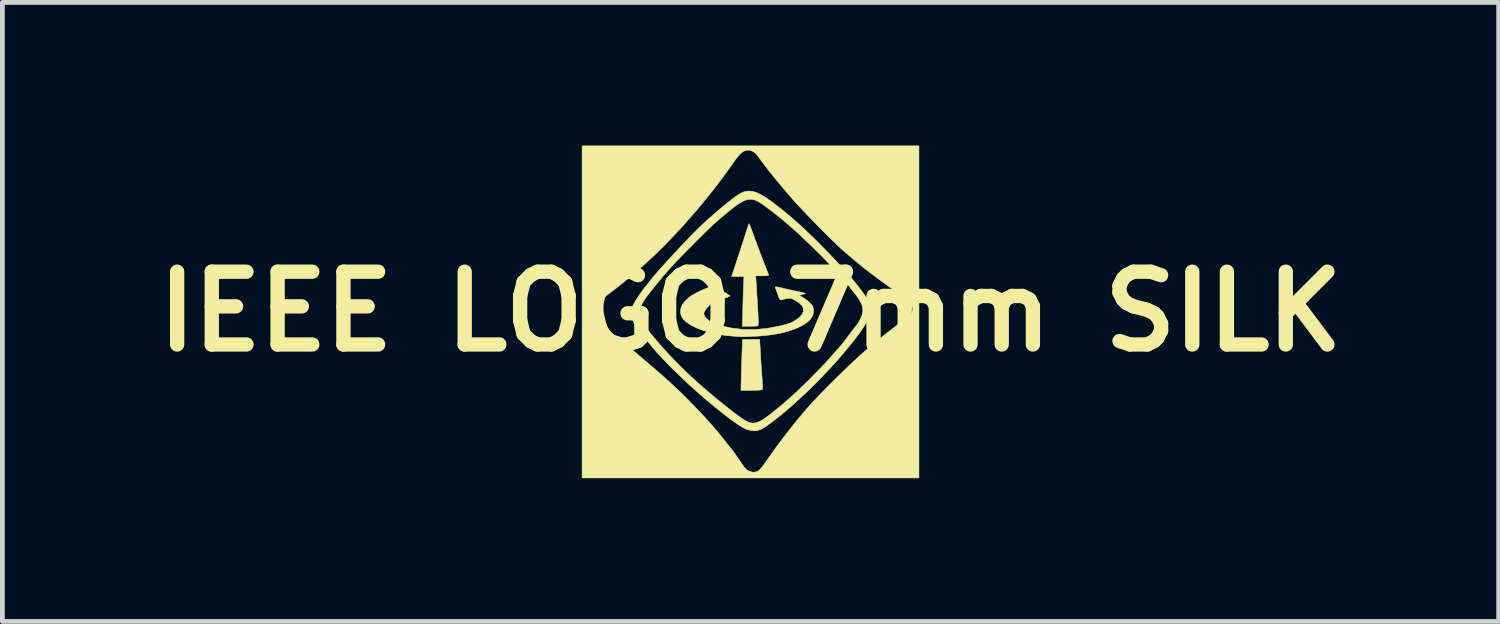
<source format=kicad_pcb>
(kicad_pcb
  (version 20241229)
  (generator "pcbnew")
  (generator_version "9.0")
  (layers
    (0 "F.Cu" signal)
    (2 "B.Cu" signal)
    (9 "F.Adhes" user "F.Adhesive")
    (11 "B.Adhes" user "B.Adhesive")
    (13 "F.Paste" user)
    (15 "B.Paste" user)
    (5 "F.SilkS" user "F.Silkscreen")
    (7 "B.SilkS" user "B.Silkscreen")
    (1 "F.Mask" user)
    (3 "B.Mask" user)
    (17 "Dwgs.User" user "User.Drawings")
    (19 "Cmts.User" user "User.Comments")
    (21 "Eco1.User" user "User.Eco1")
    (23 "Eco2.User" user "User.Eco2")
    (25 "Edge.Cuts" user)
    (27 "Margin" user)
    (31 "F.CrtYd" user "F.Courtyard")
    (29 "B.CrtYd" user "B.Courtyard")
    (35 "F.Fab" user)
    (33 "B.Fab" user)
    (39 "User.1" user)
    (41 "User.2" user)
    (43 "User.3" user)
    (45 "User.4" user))
  (footprint "IEEE LOGO 7mm SILK"
    (layer "F.Cu")
    (at 12.671 3.476)
    (property "Reference" "IEEE LOGO 7mm SILK" (at 0 0 0) (layer "F.SilkS") (effects (font (size 1.524 1.524) (thickness 0.3))))
    (attr through_hole)
    (fp_poly (pts (xy 0.209 0.888) (xy 0.215 0.996) (xy 0.222 1.111) (xy 0.23 1.225) (xy 0.237 1.328) (xy 0.243 1.409) (xy 0.249 1.493) (xy 0.252 1.553) (xy 0.253 1.593) (xy 0.25 1.618) (xy 0.245 1.632) (xy 0.239 1.638) (xy 0.218 1.642) (xy 0.175 1.646) (xy 0.114 1.649) (xy 0.042 1.651) (xy 0.009 1.651) (xy -0.201 1.651) (xy -0.192 1.295) (xy -0.189 1.185) (xy -0.186 1.073) (xy -0.182 0.966) (xy -0.179 0.87) (xy -0.176 0.792) (xy -0.175 0.762) (xy -0.167 0.586) (xy 0.013 0.584) (xy 0.192 0.583) (xy 0.209 0.888)) (stroke (width 0.01) (type solid)) (fill yes) (layer "F.SilkS"))
    (fp_poly (pts (xy -0.02 -1.822) (xy -0.004 -1.784) (xy 0.017 -1.728) (xy 0.043 -1.659) (xy 0.063 -1.602) (xy 0.124 -1.435) (xy 0.186 -1.266) (xy 0.248 -1.105) (xy 0.305 -0.958) (xy 0.332 -0.889) (xy 0.354 -0.835) (xy 0.37 -0.791) (xy 0.38 -0.764) (xy 0.381 -0.758) (xy 0.368 -0.754) (xy 0.333 -0.75) (xy 0.281 -0.748) (xy 0.245 -0.748) (xy 0.109 -0.748) (xy 0.118 -0.603) (xy 0.129 -0.422) (xy 0.138 -0.268) (xy 0.146 -0.137) (xy 0.153 -0.028) (xy 0.157 0.06) (xy 0.161 0.131) (xy 0.163 0.186) (xy 0.164 0.227) (xy 0.163 0.257) (xy 0.162 0.277) (xy 0.159 0.289) (xy 0.156 0.296) (xy 0.153 0.298) (xy 0.132 0.303) (xy 0.089 0.307) (xy 0.031 0.31) (xy -0.019 0.31) (xy -0.172 0.31) (xy -0.163 -0.018) (xy -0.16 -0.126) (xy -0.157 -0.239) (xy -0.154 -0.348) (xy -0.15 -0.446) (xy -0.147 -0.525) (xy -0.147 -0.54) (xy -0.138 -0.734) (xy -0.267 -0.734) (xy -0.323 -0.734) (xy -0.367 -0.735) (xy -0.392 -0.736) (xy -0.395 -0.737) (xy -0.391 -0.751) (xy -0.379 -0.788) (xy -0.36 -0.844) (xy -0.336 -0.917) (xy -0.308 -1.001) (xy -0.283 -1.078) (xy -0.247 -1.186) (xy -0.209 -1.3) (xy -0.173 -1.413) (xy -0.14 -1.516) (xy -0.113 -1.604) (xy -0.104 -1.632) (xy -0.081 -1.704) (xy -0.061 -1.765) (xy -0.044 -1.81) (xy -0.032 -1.835) (xy -0.028 -1.839) (xy -0.02 -1.822)) (stroke (width 0.01) (type solid)) (fill yes) (layer "F.SilkS"))
    (fp_poly (pts (xy -0.751 -0.519) (xy -0.719 -0.505) (xy -0.675 -0.48) (xy -0.612 -0.443) (xy -0.597 -0.434) (xy -0.536 -0.398) (xy -0.484 -0.367) (xy -0.446 -0.344) (xy -0.427 -0.332) (xy -0.425 -0.331) (xy -0.433 -0.323) (xy -0.458 -0.311) (xy -0.492 -0.297) (xy -0.525 -0.287) (xy -0.548 -0.282) (xy -0.549 -0.282) (xy -0.571 -0.277) (xy -0.613 -0.263) (xy -0.665 -0.243) (xy -0.691 -0.233) (xy -0.783 -0.189) (xy -0.854 -0.139) (xy -0.912 -0.078) (xy -0.946 -0.031) (xy -0.969 0.009) (xy -0.978 0.037) (xy -0.973 0.065) (xy -0.971 0.072) (xy -0.935 0.135) (xy -0.872 0.191) (xy -0.784 0.241) (xy -0.672 0.283) (xy -0.635 0.294) (xy -0.39 0.347) (xy -0.144 0.375) (xy 0.105 0.376) (xy 0.359 0.351) (xy 0.621 0.3) (xy 0.668 0.288) (xy 0.746 0.267) (xy 0.804 0.25) (xy 0.849 0.233) (xy 0.889 0.214) (xy 0.931 0.189) (xy 0.938 0.185) (xy 1.022 0.123) (xy 1.078 0.061) (xy 1.106 -0.001) (xy 1.106 -0.062) (xy 1.078 -0.121) (xy 1.022 -0.179) (xy 0.938 -0.233) (xy 0.91 -0.248) (xy 0.876 -0.264) (xy 0.85 -0.274) (xy 0.825 -0.279) (xy 0.794 -0.278) (xy 0.752 -0.27) (xy 0.693 -0.257) (xy 0.642 -0.245) (xy 0.625 -0.245) (xy 0.611 -0.258) (xy 0.597 -0.289) (xy 0.583 -0.327) (xy 0.564 -0.383) (xy 0.544 -0.437) (xy 0.531 -0.469) (xy 0.519 -0.496) (xy 0.517 -0.512) (xy 0.526 -0.519) (xy 0.552 -0.517) (xy 0.599 -0.507) (xy 0.654 -0.494) (xy 0.713 -0.48) (xy 0.79 -0.463) (xy 0.875 -0.444) (xy 0.959 -0.427) (xy 0.963 -0.426) (xy 1.032 -0.411) (xy 1.089 -0.397) (xy 1.129 -0.386) (xy 1.147 -0.378) (xy 1.148 -0.376) (xy 1.126 -0.367) (xy 1.12 -0.367) (xy 1.095 -0.362) (xy 1.063 -0.352) (xy 1.024 -0.337) (xy 1.098 -0.294) (xy 1.15 -0.259) (xy 1.206 -0.215) (xy 1.241 -0.184) (xy 1.282 -0.141) (xy 1.305 -0.105) (xy 1.317 -0.065) (xy 1.32 -0.053) (xy 1.32 0.026) (xy 1.296 0.099) (xy 1.246 0.17) (xy 1.238 0.179) (xy 1.162 0.244) (xy 1.061 0.305) (xy 0.939 0.36) (xy 0.798 0.409) (xy 0.642 0.45) (xy 0.473 0.482) (xy 0.296 0.504) (xy 0.127 0.516) (xy 0.053 0.519) (xy -0.013 0.522) (xy -0.064 0.525) (xy -0.096 0.527) (xy -0.099 0.527) (xy -0.126 0.528) (xy -0.175 0.527) (xy -0.238 0.524) (xy -0.303 0.521) (xy -0.505 0.503) (xy -0.698 0.472) (xy -0.877 0.431) (xy -1.038 0.381) (xy -1.155 0.331) (xy -1.265 0.274) (xy -1.349 0.218) (xy -1.408 0.161) (xy -1.446 0.102) (xy -1.465 0.038) (xy -1.468 -0.000282) (xy -1.458 -0.075) (xy -1.427 -0.147) (xy -1.373 -0.217) (xy -1.294 -0.291) (xy -1.294 -0.291) (xy -1.231 -0.336) (xy -1.15 -0.383) (xy -1.059 -0.429) (xy -0.966 -0.471) (xy -0.88 -0.503) (xy -0.822 -0.52) (xy -0.798 -0.524) (xy -0.776 -0.525) (xy -0.751 -0.519)) (stroke (width 0.01) (type solid)) (fill yes) (layer "F.SilkS"))
    (fp_poly (pts (xy 3.528 3.485) (xy -3.528 3.485) (xy -3.528 0.01) (xy -3.36 0.01) (xy -3.36 0.06) (xy -3.352 0.103) (xy -3.333 0.144) (xy -3.302 0.185) (xy -3.254 0.231) (xy -3.189 0.284) (xy -3.102 0.347) (xy -3.076 0.365) (xy -2.983 0.431) (xy -2.887 0.5) (xy -2.79 0.57) (xy -2.695 0.64) (xy -2.606 0.706) (xy -2.526 0.766) (xy -2.458 0.819) (xy -2.405 0.861) (xy -2.369 0.891) (xy -2.357 0.903) (xy -2.343 0.915) (xy -2.314 0.94) (xy -2.274 0.974) (xy -2.265 0.981) (xy -2.22 1.019) (xy -2.166 1.064) (xy -2.102 1.119) (xy -2.024 1.187) (xy -1.93 1.268) (xy -1.855 1.333) (xy -1.659 1.51) (xy -1.459 1.698) (xy -1.261 1.895) (xy -1.069 2.095) (xy -0.885 2.294) (xy -0.716 2.488) (xy -0.564 2.673) (xy -0.508 2.745) (xy -0.473 2.79) (xy -0.445 2.826) (xy -0.427 2.847) (xy -0.424 2.85) (xy -0.407 2.87) (xy -0.378 2.908) (xy -0.339 2.96) (xy -0.296 3.022) (xy -0.25 3.088) (xy -0.206 3.152) (xy -0.159 3.221) (xy -0.122 3.27) (xy -0.09 3.304) (xy -0.058 3.328) (xy -0.022 3.346) (xy -0.001 3.354) (xy 0.046 3.365) (xy 0.092 3.362) (xy 0.146 3.345) (xy 0.174 3.328) (xy 0.21 3.293) (xy 0.254 3.239) (xy 0.31 3.164) (xy 0.361 3.09) (xy 0.454 2.958) (xy 0.56 2.811) (xy 0.676 2.657) (xy 0.796 2.501) (xy 0.917 2.348) (xy 1.034 2.205) (xy 1.142 2.077) (xy 1.192 2.019) (xy 1.302 1.898) (xy 1.43 1.762) (xy 1.571 1.617) (xy 1.721 1.467) (xy 1.875 1.315) (xy 2.029 1.166) (xy 2.18 1.024) (xy 2.322 0.893) (xy 2.448 0.782) (xy 2.514 0.726) (xy 2.595 0.659) (xy 2.684 0.586) (xy 2.779 0.51) (xy 2.875 0.435) (xy 2.968 0.363) (xy 3.052 0.298) (xy 3.124 0.244) (xy 3.178 0.205) (xy 3.182 0.202) (xy 3.253 0.153) (xy 3.304 0.115) (xy 3.339 0.085) (xy 3.362 0.058) (xy 3.377 0.032) (xy 3.387 0.006) (xy 3.398 -0.069) (xy 3.382 -0.142) (xy 3.339 -0.212) (xy 3.27 -0.276) (xy 3.227 -0.305) (xy 3.129 -0.367) (xy 3.015 -0.444) (xy 2.889 -0.531) (xy 2.757 -0.626) (xy 2.624 -0.724) (xy 2.494 -0.822) (xy 2.372 -0.916) (xy 2.265 -1.003) (xy 2.221 -1.039) (xy 2.157 -1.093) (xy 2.084 -1.155) (xy 2.014 -1.215) (xy 1.988 -1.236) (xy 1.922 -1.294) (xy 1.84 -1.37) (xy 1.746 -1.461) (xy 1.641 -1.564) (xy 1.529 -1.675) (xy 1.413 -1.792) (xy 1.296 -1.912) (xy 1.181 -2.032) (xy 1.07 -2.149) (xy 0.968 -2.259) (xy 0.924 -2.308) (xy 0.822 -2.422) (xy 0.714 -2.548) (xy 0.603 -2.681) (xy 0.493 -2.814) (xy 0.389 -2.944) (xy 0.296 -3.064) (xy 0.216 -3.17) (xy 0.2 -3.192) (xy 0.151 -3.258) (xy 0.113 -3.304) (xy 0.08 -3.335) (xy 0.046 -3.356) (xy 0.008 -3.37) (xy -0.006 -3.374) (xy -0.051 -3.382) (xy -0.093 -3.375) (xy -0.122 -3.366) (xy -0.156 -3.349) (xy -0.191 -3.324) (xy -0.228 -3.288) (xy -0.272 -3.238) (xy -0.323 -3.17) (xy -0.386 -3.082) (xy -0.401 -3.06) (xy -0.577 -2.816) (xy -0.767 -2.567) (xy -0.968 -2.316) (xy -1.177 -2.067) (xy -1.39 -1.824) (xy -1.605 -1.591) (xy -1.817 -1.372) (xy -2.023 -1.17) (xy -2.22 -0.99) (xy -2.223 -0.987) (xy -2.347 -0.878) (xy -2.456 -0.784) (xy -2.555 -0.7) (xy -2.648 -0.623) (xy -2.74 -0.549) (xy -2.838 -0.472) (xy -2.946 -0.389) (xy -3.001 -0.347) (xy -3.103 -0.268) (xy -3.185 -0.204) (xy -3.247 -0.151) (xy -3.294 -0.108) (xy -3.326 -0.072) (xy -3.346 -0.041) (xy -3.357 -0.013) (xy -3.36 0.01) (xy -3.528 0.01) (xy -3.528 -3.471) (xy 3.528 -3.471) (xy 3.528 3.485)) (stroke (width 0.01) (type solid)) (fill yes) (layer "F.SilkS"))
    (fp_poly (pts (xy 0.041 -2.518) (xy 0.116 -2.496) (xy 0.199 -2.459) (xy 0.292 -2.405) (xy 0.397 -2.335) (xy 0.516 -2.247) (xy 0.651 -2.141) (xy 0.777 -2.039) (xy 0.912 -1.923) (xy 1.062 -1.789) (xy 1.222 -1.638) (xy 1.39 -1.474) (xy 1.562 -1.3) (xy 1.736 -1.119) (xy 1.909 -0.934) (xy 2.026 -0.805) (xy 2.098 -0.723) (xy 2.173 -0.632) (xy 2.248 -0.537) (xy 2.319 -0.444) (xy 2.383 -0.355) (xy 2.436 -0.277) (xy 2.475 -0.213) (xy 2.485 -0.196) (xy 2.514 -0.109) (xy 2.517 -0.014) (xy 2.493 0.089) (xy 2.465 0.155) (xy 2.422 0.236) (xy 2.369 0.323) (xy 2.304 0.42) (xy 2.224 0.528) (xy 2.129 0.65) (xy 2.016 0.789) (xy 1.962 0.854) (xy 1.825 1.013) (xy 1.671 1.183) (xy 1.509 1.355) (xy 1.343 1.524) (xy 1.181 1.683) (xy 1.03 1.823) (xy 0.975 1.873) (xy 0.922 1.921) (xy 0.877 1.962) (xy 0.854 1.983) (xy 0.77 2.056) (xy 0.68 2.132) (xy 0.588 2.207) (xy 0.497 2.278) (xy 0.411 2.343) (xy 0.336 2.397) (xy 0.273 2.438) (xy 0.23 2.463) (xy 0.134 2.494) (xy 0.034 2.497) (xy -0.069 2.473) (xy -0.11 2.456) (xy -0.178 2.42) (xy -0.259 2.369) (xy -0.353 2.304) (xy -0.462 2.224) (xy -0.588 2.126) (xy -0.731 2.011) (xy -0.893 1.877) (xy -0.919 1.855) (xy -1.056 1.737) (xy -1.197 1.612) (xy -1.34 1.481) (xy -1.48 1.348) (xy -1.616 1.216) (xy -1.744 1.088) (xy -1.86 0.967) (xy -1.961 0.857) (xy -2.045 0.76) (xy -2.066 0.733) (xy -2.093 0.7) (xy -2.132 0.652) (xy -2.177 0.596) (xy -2.216 0.548) (xy -2.31 0.429) (xy -2.385 0.326) (xy -2.442 0.237) (xy -2.48 0.157) (xy -2.5 0.083) (xy -2.502 0.014) (xy -2.328 0.014) (xy -2.328 0.017) (xy -2.324 0.066) (xy -2.314 0.115) (xy -2.295 0.165) (xy -2.265 0.222) (xy -2.222 0.287) (xy -2.166 0.365) (xy -2.093 0.459) (xy -2.047 0.515) (xy -1.823 0.778) (xy -1.573 1.044) (xy -1.299 1.313) (xy -1.003 1.582) (xy -0.686 1.849) (xy -0.374 2.097) (xy -0.27 2.175) (xy -0.183 2.237) (xy -0.111 2.283) (xy -0.051 2.314) (xy 0.003 2.332) (xy 0.052 2.337) (xy 0.101 2.332) (xy 0.152 2.316) (xy 0.197 2.298) (xy 0.243 2.273) (xy 0.306 2.231) (xy 0.385 2.174) (xy 0.475 2.103) (xy 0.575 2.023) (xy 0.681 1.934) (xy 0.791 1.839) (xy 0.902 1.74) (xy 0.91 1.732) (xy 0.98 1.667) (xy 1.062 1.589) (xy 1.152 1.501) (xy 1.246 1.408) (xy 1.339 1.314) (xy 1.429 1.223) (xy 1.509 1.139) (xy 1.577 1.067) (xy 1.623 1.017) (xy 1.676 0.957) (xy 1.734 0.891) (xy 1.788 0.831) (xy 1.799 0.818) (xy 1.856 0.753) (xy 1.915 0.683) (xy 1.978 0.604) (xy 2.049 0.511) (xy 2.131 0.402) (xy 2.172 0.348) (xy 2.207 0.302) (xy 2.233 0.269) (xy 2.245 0.254) (xy 2.245 0.254) (xy 2.256 0.239) (xy 2.274 0.205) (xy 2.298 0.161) (xy 2.299 0.159) (xy 2.335 0.074) (xy 2.352 -0.003) (xy 2.35 -0.078) (xy 2.327 -0.155) (xy 2.284 -0.238) (xy 2.218 -0.334) (xy 2.214 -0.339) (xy 2.059 -0.536) (xy 1.886 -0.741) (xy 1.692 -0.953) (xy 1.478 -1.175) (xy 1.242 -1.407) (xy 0.983 -1.652) (xy 0.952 -1.68) (xy 0.795 -1.819) (xy 0.626 -1.961) (xy 0.453 -2.098) (xy 0.287 -2.222) (xy 0.253 -2.246) (xy 0.161 -2.304) (xy 0.078 -2.34) (xy -0.001 -2.352) (xy -0.081 -2.341) (xy -0.166 -2.308) (xy -0.261 -2.251) (xy -0.287 -2.233) (xy -0.334 -2.198) (xy -0.396 -2.149) (xy -0.469 -2.09) (xy -0.548 -2.025) (xy -0.626 -1.959) (xy -0.699 -1.896) (xy -0.762 -1.84) (xy -0.776 -1.828) (xy -0.814 -1.791) (xy -0.87 -1.738) (xy -0.938 -1.671) (xy -1.016 -1.594) (xy -1.1 -1.511) (xy -1.187 -1.424) (xy -1.273 -1.337) (xy -1.356 -1.253) (xy -1.431 -1.177) (xy -1.496 -1.11) (xy -1.547 -1.058) (xy -1.573 -1.029) (xy -1.622 -0.976) (xy -1.673 -0.92) (xy -1.717 -0.873) (xy -1.722 -0.867) (xy -1.751 -0.835) (xy -1.785 -0.796) (xy -1.826 -0.747) (xy -1.877 -0.686) (xy -1.939 -0.61) (xy -2.015 -0.516) (xy -2.061 -0.459) (xy -2.149 -0.347) (xy -2.217 -0.252) (xy -2.267 -0.171) (xy -2.302 -0.101) (xy -2.321 -0.04) (xy -2.328 0.014) (xy -2.502 0.014) (xy -2.502 0.012) (xy -2.488 -0.06) (xy -2.458 -0.137) (xy -2.412 -0.222) (xy -2.35 -0.318) (xy -2.341 -0.332) (xy -2.3 -0.39) (xy -2.262 -0.444) (xy -2.231 -0.485) (xy -2.213 -0.508) (xy -2.189 -0.536) (xy -2.155 -0.578) (xy -2.116 -0.627) (xy -2.105 -0.642) (xy -2.056 -0.703) (xy -1.99 -0.781) (xy -1.911 -0.873) (xy -1.819 -0.975) (xy -1.72 -1.085) (xy -1.615 -1.199) (xy -1.507 -1.315) (xy -1.399 -1.429) (xy -1.295 -1.538) (xy -1.196 -1.639) (xy -1.106 -1.73) (xy -1.066 -1.769) (xy -0.972 -1.858) (xy -0.866 -1.954) (xy -0.753 -2.053) (xy -0.638 -2.151) (xy -0.527 -2.243) (xy -0.423 -2.326) (xy -0.332 -2.395) (xy -0.291 -2.425) (xy -0.224 -2.468) (xy -0.159 -2.5) (xy -0.094 -2.519) (xy -0.028 -2.525) (xy 0.041 -2.518)) (stroke (width 0.01) (type solid)) (fill yes) (layer "F.SilkS")))
  (gr_rect
    (start -3 -3)
    (end 28.342 9.967)
    (stroke (width 0.1) (type default))
    (fill no)
    (layer "Edge.Cuts")))
</source>
